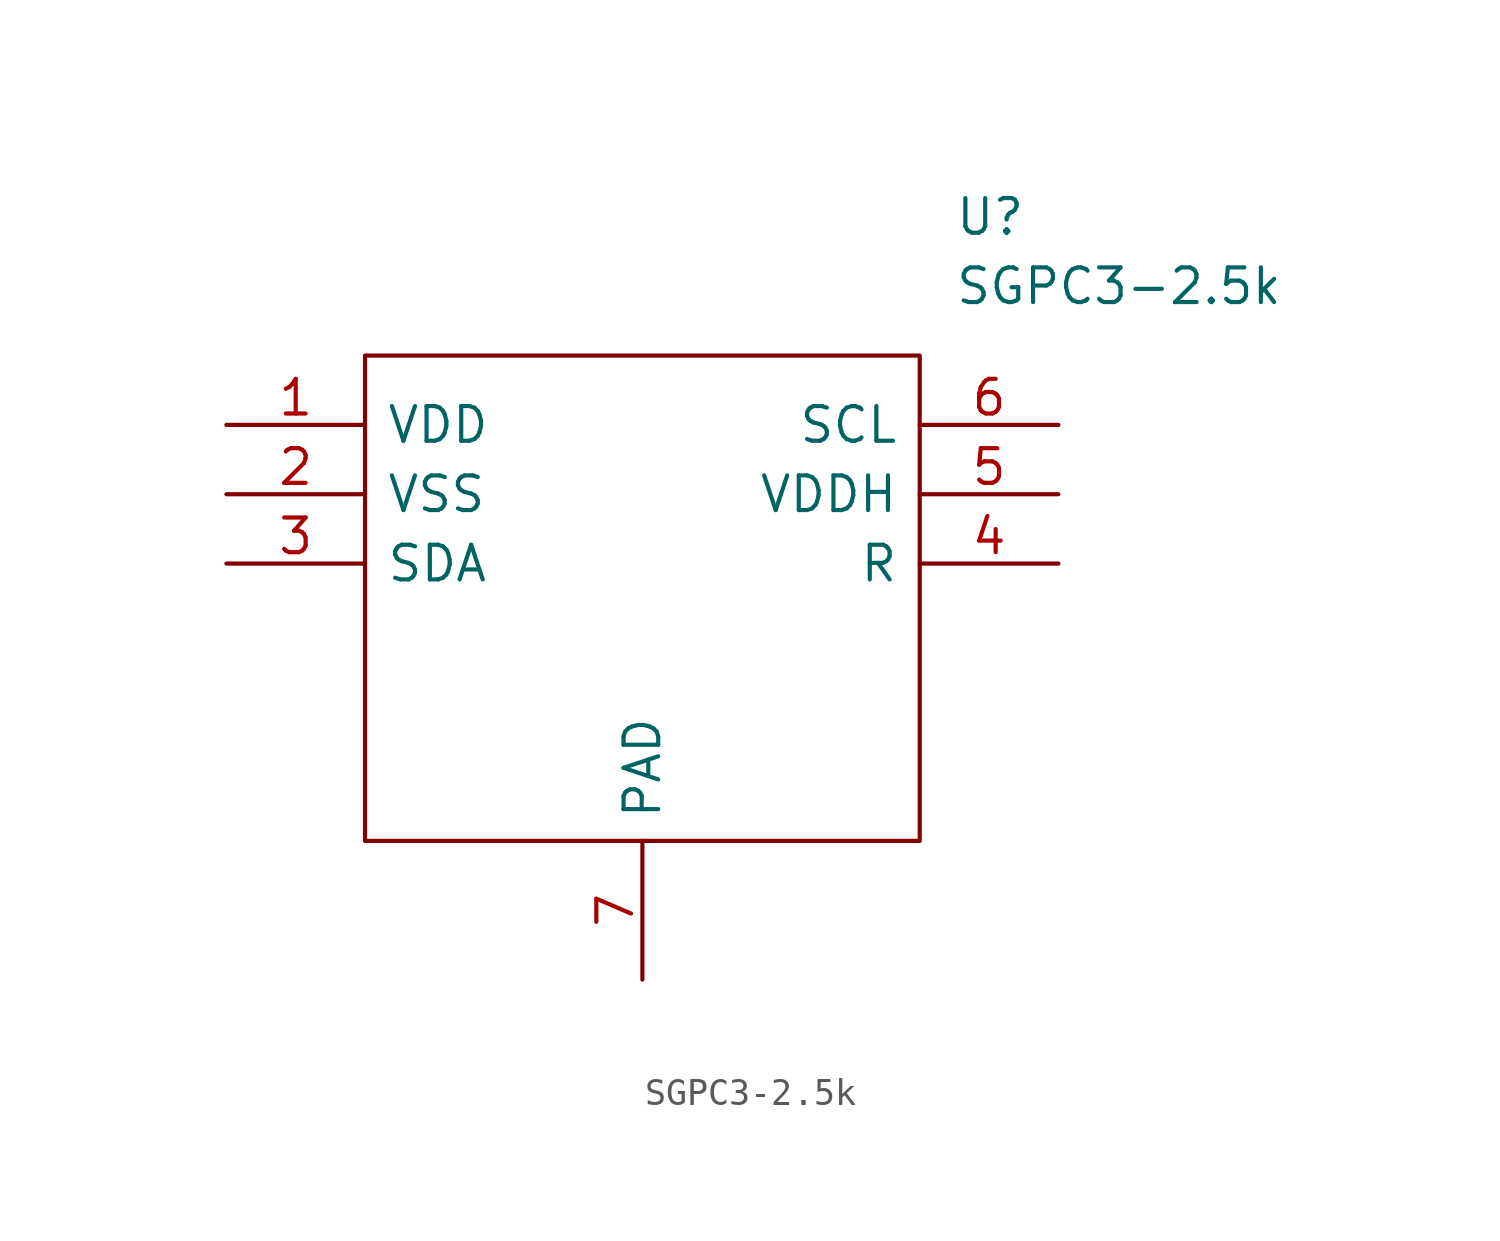
<source format=kicad_sym>
(kicad_symbol_lib
  (version 20211014)
  (generator kicad_symbol_editor)
  (symbol "SGPC3-2.5k"
    (pin_names
      (offset 0.762))
    (property "Reference" "U"
      (at 26.67 7.62 0)
      (effects (font (size 1.27 1.27)) (justify left)))
    (property "Value" "SGPC3-2.5k"
      (at 26.67 5.08 0)
      (effects (font (size 1.27 1.27)) (justify left)))
    (symbol "SGPC3-2.5k_0_0"
      (pin power_in line (at 0 0 0) (length 5.08) (name "VDD" (effects (font (size 1.27 1.27)))) (number "1" (effects (font (size 1.27 1.27)))))
      (pin power_in line (at 0 -2.54 0) (length 5.08) (name "VSS" (effects (font (size 1.27 1.27)))) (number "2" (effects (font (size 1.27 1.27)))))
      (pin bidirectional line (at 0 -5.08 0) (length 5.08) (name "SDA" (effects (font (size 1.27 1.27)))) (number "3" (effects (font (size 1.27 1.27)))))
      (pin passive line (at 30.48 -5.08 180) (length 5.08) (name "R" (effects (font (size 1.27 1.27)))) (number "4" (effects (font (size 1.27 1.27)))))
      (pin power_in line (at 30.48 -2.54 180) (length 5.08) (name "VDDH" (effects (font (size 1.27 1.27)))) (number "5" (effects (font (size 1.27 1.27)))))
      (pin bidirectional line (at 30.48 0 180) (length 5.08) (name "SCL" (effects (font (size 1.27 1.27)))) (number "6" (effects (font (size 1.27 1.27)))))
      (pin power_in line (at 15.24 -20.32 90) (length 5.08) (name "PAD" (effects (font (size 1.27 1.27)))) (number "7" (effects (font (size 1.27 1.27))))))
    (symbol "SGPC3-2.5k_0_1"
      (polyline (pts (xy 5.08 2.54) (xy 25.4 2.54) (xy 25.4 -15.24) (xy 5.08 -15.24) (xy 5.08 2.54)) (stroke (width 0.152) (type default) (color 0 0 0 0)) (fill (type none))))))
</source>
